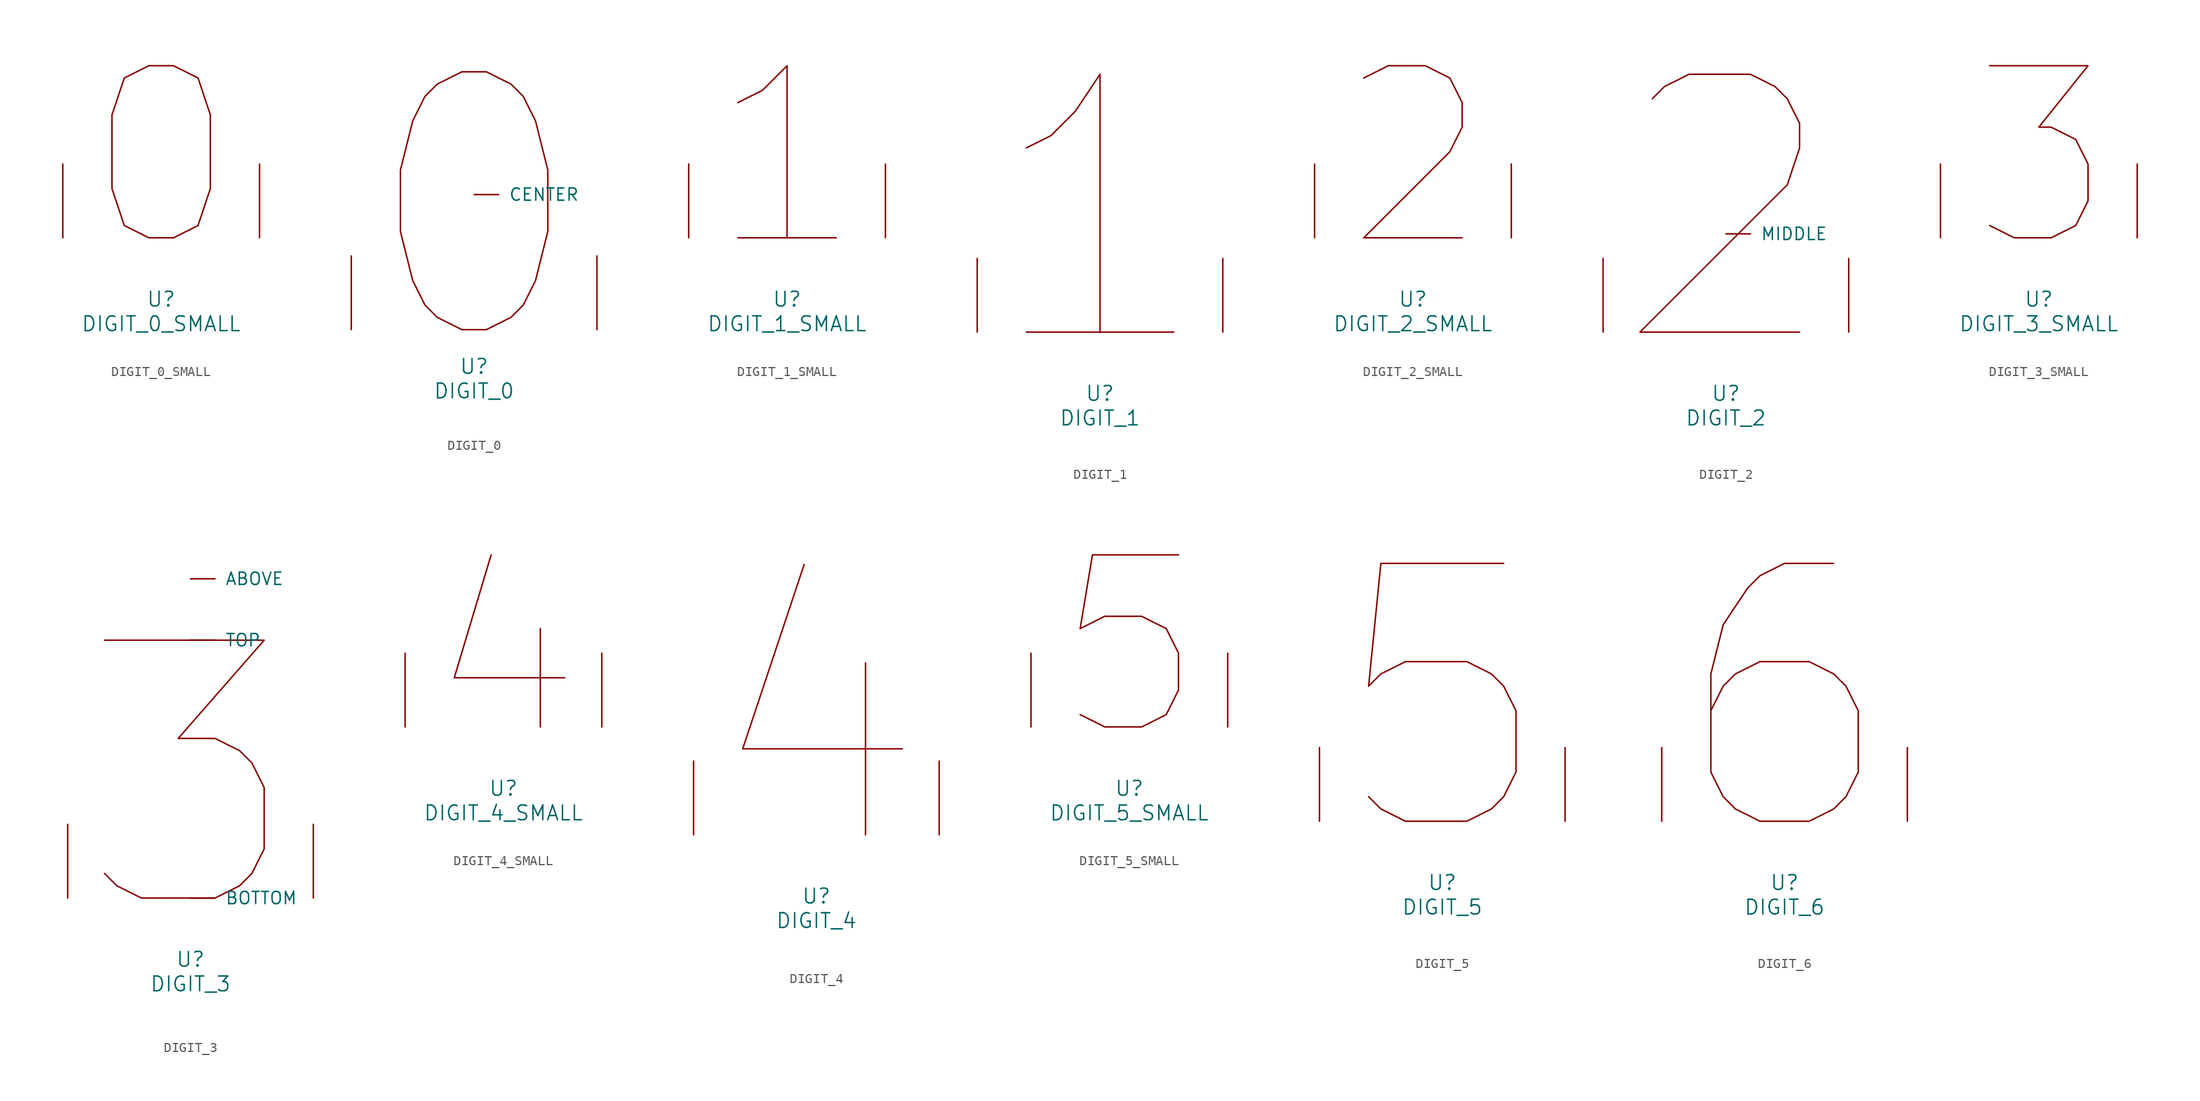
<source format=kicad_sym>
(kicad_symbol_lib
  (version 20220914)
  (generator font_lib2sym)
  (symbol "DIGIT_0_SMALL"
    (pin_names
      (offset 1.016))
    (property "Reference" "U"
      (at 0 -6.35 0)
      (effects (font (size 1.524 1.524))))
    (property "Value" "DIGIT_0_SMALL"
      (at 0 -8.89 0)
      (effects (font (size 1.524 1.524))))
    (symbol "DIGIT_0_SMALL_0_1"
      (polyline (pts (xy -1.27 17.78) (xy 1.27 17.78) (xy 3.81 16.51) (xy 5.08 12.7) (xy 5.08 5.08) (xy 3.81 1.27) (xy 1.27 0) (xy -1.27 0) (xy -3.81 1.27) (xy -5.08 5.08) (xy -5.08 12.7) (xy -3.81 16.51) (xy -1.27 17.78)) (stroke (width 0) (type solid)) (fill (type none)))
      (pin input line (at -10.16 0 90) (length 7.62) (name "~" (effects (font (size 1.27 1.27)))) (number "~" (effects (font (size 1.27 1.27)))))
      (pin input line (at 10.16 0 90) (length 7.62) (name "~" (effects (font (size 1.27 1.27)))) (number "~" (effects (font (size 1.27 1.27)))))))
  (symbol "DIGIT_0"
    (pin_names
      (offset 1.016))
    (property "Reference" "U"
      (at 0 -3.81 0)
      (effects (font (size 1.524 1.524))))
    (property "Value" "DIGIT_0"
      (at 0 -6.35 0)
      (effects (font (size 1.524 1.524))))
    (symbol "DIGIT_0_0_1"
      (polyline (pts (xy -1.27 26.67) (xy 1.27 26.67) (xy 3.81 25.4) (xy 5.08 24.13) (xy 6.35 21.59) (xy 7.62 16.51) (xy 7.62 10.16) (xy 6.35 5.08) (xy 5.08 2.54) (xy 3.81 1.27) (xy 1.27 0) (xy -1.27 0) (xy -3.81 1.27) (xy -5.08 2.54) (xy -6.35 5.08) (xy -7.62 10.16) (xy -7.62 16.51) (xy -6.35 21.59) (xy -5.08 24.13) (xy -3.81 25.4) (xy -1.27 26.67)) (stroke (width 0) (type solid)) (fill (type none)))
      (pin input line (at 0 13.97 0) (length 2.54) (name "CENTER" (effects (font (size 1.27 1.27)))) (number "~" (effects (font (size 1.27 1.27)))))
      (pin input line (at -12.7 0 90) (length 7.62) (name "~" (effects (font (size 1.27 1.27)))) (number "~" (effects (font (size 1.27 1.27)))))
      (pin input line (at 12.7 0 90) (length 7.62) (name "~" (effects (font (size 1.27 1.27)))) (number "~" (effects (font (size 1.27 1.27)))))))
  (symbol "DIGIT_1_SMALL"
    (pin_names
      (offset 1.016))
    (property "Reference" "U"
      (at 0 -6.35 0)
      (effects (font (size 1.524 1.524))))
    (property "Value" "DIGIT_1_SMALL"
      (at 0 -8.89 0)
      (effects (font (size 1.524 1.524))))
    (symbol "DIGIT_1_SMALL_0_1"
      (polyline (pts (xy 5.08 0) (xy -5.08 0)) (stroke (width 0) (type solid)) (fill (type none)))
      (polyline (pts (xy -5.08 13.97) (xy -2.54 15.24) (xy 0 17.78) (xy 0 0)) (stroke (width 0) (type solid)) (fill (type none)))
      (pin input line (at -10.16 0 90) (length 7.62) (name "~" (effects (font (size 1.27 1.27)))) (number "~" (effects (font (size 1.27 1.27)))))
      (pin input line (at 10.16 0 90) (length 7.62) (name "~" (effects (font (size 1.27 1.27)))) (number "~" (effects (font (size 1.27 1.27)))))))
  (symbol "DIGIT_1"
    (pin_names
      (offset 1.016))
    (property "Reference" "U"
      (at 0 -6.35 0)
      (effects (font (size 1.524 1.524))))
    (property "Value" "DIGIT_1"
      (at 0 -8.89 0)
      (effects (font (size 1.524 1.524))))
    (symbol "DIGIT_1_0_1"
      (polyline (pts (xy 7.62 0) (xy -7.62 0)) (stroke (width 0) (type solid)) (fill (type none)))
      (polyline (pts (xy 0 0) (xy 0 26.67) (xy -2.54 22.86) (xy -5.08 20.32) (xy -7.62 19.05)) (stroke (width 0) (type solid)) (fill (type none)))
      (pin input line (at -12.7 0 90) (length 7.62) (name "~" (effects (font (size 1.27 1.27)))) (number "~" (effects (font (size 1.27 1.27)))))
      (pin input line (at 12.7 0 90) (length 7.62) (name "~" (effects (font (size 1.27 1.27)))) (number "~" (effects (font (size 1.27 1.27)))))))
  (symbol "DIGIT_2_SMALL"
    (pin_names
      (offset 1.016))
    (property "Reference" "U"
      (at 0 -6.35 0)
      (effects (font (size 1.524 1.524))))
    (property "Value" "DIGIT_2_SMALL"
      (at 0 -8.89 0)
      (effects (font (size 1.524 1.524))))
    (symbol "DIGIT_2_SMALL_0_1"
      (polyline (pts (xy -5.08 16.51) (xy -2.54 17.78) (xy 1.27 17.78) (xy 3.81 16.51) (xy 5.08 13.97) (xy 5.08 11.43) (xy 3.81 8.89) (xy -5.08 0) (xy 5.08 0)) (stroke (width 0) (type solid)) (fill (type none)))
      (pin input line (at -10.16 0 90) (length 7.62) (name "~" (effects (font (size 1.27 1.27)))) (number "~" (effects (font (size 1.27 1.27)))))
      (pin input line (at 10.16 0 90) (length 7.62) (name "~" (effects (font (size 1.27 1.27)))) (number "~" (effects (font (size 1.27 1.27)))))))
  (symbol "DIGIT_2"
    (pin_names
      (offset 1.016))
    (property "Reference" "U"
      (at 0 -6.35 0)
      (effects (font (size 1.524 1.524))))
    (property "Value" "DIGIT_2"
      (at 0 -8.89 0)
      (effects (font (size 1.524 1.524))))
    (symbol "DIGIT_2_0_1"
      (polyline (pts (xy -7.62 24.13) (xy -6.35 25.4) (xy -3.81 26.67) (xy 2.54 26.67) (xy 5.08 25.4) (xy 6.35 24.13) (xy 7.62 21.59) (xy 7.62 19.05) (xy 6.35 15.24) (xy -8.89 0) (xy 7.62 0)) (stroke (width 0) (type solid)) (fill (type none)))
      (pin input line (at 0 10.16 0) (length 2.54) (name "MIDDLE" (effects (font (size 1.27 1.27)))) (number "~" (effects (font (size 1.27 1.27)))))
      (pin input line (at -12.7 0 90) (length 7.62) (name "~" (effects (font (size 1.27 1.27)))) (number "~" (effects (font (size 1.27 1.27)))))
      (pin input line (at 12.7 0 90) (length 7.62) (name "~" (effects (font (size 1.27 1.27)))) (number "~" (effects (font (size 1.27 1.27)))))))
  (symbol "DIGIT_3_SMALL"
    (pin_names
      (offset 1.016))
    (property "Reference" "U"
      (at 0 -6.35 0)
      (effects (font (size 1.524 1.524))))
    (property "Value" "DIGIT_3_SMALL"
      (at 0 -8.89 0)
      (effects (font (size 1.524 1.524))))
    (symbol "DIGIT_3_SMALL_0_1"
      (polyline (pts (xy -5.08 17.78) (xy 5.08 17.78) (xy 0 11.43) (xy 1.27 11.43) (xy 3.81 10.16) (xy 5.08 7.62) (xy 5.08 3.81) (xy 3.81 1.27) (xy 1.27 0) (xy -2.54 0) (xy -5.08 1.27)) (stroke (width 0) (type solid)) (fill (type none)))
      (pin input line (at -10.16 0 90) (length 7.62) (name "~" (effects (font (size 1.27 1.27)))) (number "~" (effects (font (size 1.27 1.27)))))
      (pin input line (at 10.16 0 90) (length 7.62) (name "~" (effects (font (size 1.27 1.27)))) (number "~" (effects (font (size 1.27 1.27)))))))
  (symbol "DIGIT_3"
    (pin_names
      (offset 1.016))
    (property "Reference" "U"
      (at 0 -6.35 0)
      (effects (font (size 1.524 1.524))))
    (property "Value" "DIGIT_3"
      (at 0 -8.89 0)
      (effects (font (size 1.524 1.524))))
    (symbol "DIGIT_3_0_1"
      (polyline (pts (xy -8.89 26.67) (xy 7.62 26.67) (xy -1.27 16.51) (xy 2.54 16.51) (xy 5.08 15.24) (xy 6.35 13.97) (xy 7.62 11.43) (xy 7.62 5.08) (xy 6.35 2.54) (xy 5.08 1.27) (xy 2.54 0) (xy -5.08 0) (xy -7.62 1.27) (xy -8.89 2.54)) (stroke (width 0) (type solid)) (fill (type none)))
      (pin input line (at 0 33.02 0) (length 2.54) (name "ABOVE" (effects (font (size 1.27 1.27)))) (number "~" (effects (font (size 1.27 1.27)))))
      (pin input line (at 0 0 0) (length 2.54) (name "BOTTOM" (effects (font (size 1.27 1.27)))) (number "~" (effects (font (size 1.27 1.27)))))
      (pin input line (at 0 26.67 0) (length 2.54) (name "TOP" (effects (font (size 1.27 1.27)))) (number "~" (effects (font (size 1.27 1.27)))))
      (pin input line (at -12.7 0 90) (length 7.62) (name "~" (effects (font (size 1.27 1.27)))) (number "~" (effects (font (size 1.27 1.27)))))
      (pin input line (at 12.7 0 90) (length 7.62) (name "~" (effects (font (size 1.27 1.27)))) (number "~" (effects (font (size 1.27 1.27)))))))
  (symbol "DIGIT_4_SMALL"
    (pin_names
      (offset 1.016))
    (property "Reference" "U"
      (at 0 -6.35 0)
      (effects (font (size 1.524 1.524))))
    (property "Value" "DIGIT_4_SMALL"
      (at 0 -8.89 0)
      (effects (font (size 1.524 1.524))))
    (symbol "DIGIT_4_SMALL_0_1"
      (polyline (pts (xy 3.81 10.16) (xy 3.81 0)) (stroke (width 0) (type solid)) (fill (type none)))
      (polyline (pts (xy -1.27 17.78) (xy -5.08 5.08) (xy 6.35 5.08)) (stroke (width 0) (type solid)) (fill (type none)))
      (pin input line (at -10.16 0 90) (length 7.62) (name "~" (effects (font (size 1.27 1.27)))) (number "~" (effects (font (size 1.27 1.27)))))
      (pin input line (at 10.16 0 90) (length 7.62) (name "~" (effects (font (size 1.27 1.27)))) (number "~" (effects (font (size 1.27 1.27)))))))
  (symbol "DIGIT_4"
    (pin_names
      (offset 1.016))
    (property "Reference" "U"
      (at 0 -6.35 0)
      (effects (font (size 1.524 1.524))))
    (property "Value" "DIGIT_4"
      (at 0 -8.89 0)
      (effects (font (size 1.524 1.524))))
    (symbol "DIGIT_4_0_1"
      (polyline (pts (xy 5.08 17.78) (xy 5.08 0)) (stroke (width 0) (type solid)) (fill (type none)))
      (polyline (pts (xy -1.27 27.94) (xy -7.62 8.89) (xy 8.89 8.89)) (stroke (width 0) (type solid)) (fill (type none)))
      (pin input line (at -12.7 0 90) (length 7.62) (name "~" (effects (font (size 1.27 1.27)))) (number "~" (effects (font (size 1.27 1.27)))))
      (pin input line (at 12.7 0 90) (length 7.62) (name "~" (effects (font (size 1.27 1.27)))) (number "~" (effects (font (size 1.27 1.27)))))))
  (symbol "DIGIT_5_SMALL"
    (pin_names
      (offset 1.016))
    (property "Reference" "U"
      (at 0 -6.35 0)
      (effects (font (size 1.524 1.524))))
    (property "Value" "DIGIT_5_SMALL"
      (at 0 -8.89 0)
      (effects (font (size 1.524 1.524))))
    (symbol "DIGIT_5_SMALL_0_1"
      (polyline (pts (xy 5.08 17.78) (xy -3.81 17.78) (xy -5.08 10.16) (xy -2.54 11.43) (xy 1.27 11.43) (xy 3.81 10.16) (xy 5.08 7.62) (xy 5.08 3.81) (xy 3.81 1.27) (xy 1.27 0) (xy -2.54 0) (xy -5.08 1.27)) (stroke (width 0) (type solid)) (fill (type none)))
      (pin input line (at -10.16 0 90) (length 7.62) (name "~" (effects (font (size 1.27 1.27)))) (number "~" (effects (font (size 1.27 1.27)))))
      (pin input line (at 10.16 0 90) (length 7.62) (name "~" (effects (font (size 1.27 1.27)))) (number "~" (effects (font (size 1.27 1.27)))))))
  (symbol "DIGIT_5"
    (pin_names
      (offset 1.016))
    (property "Reference" "U"
      (at 0 -6.35 0)
      (effects (font (size 1.524 1.524))))
    (property "Value" "DIGIT_5"
      (at 0 -8.89 0)
      (effects (font (size 1.524 1.524))))
    (symbol "DIGIT_5_0_1"
      (polyline (pts (xy 6.35 26.67) (xy -6.35 26.67) (xy -7.62 13.97) (xy -6.35 15.24) (xy -3.81 16.51) (xy 2.54 16.51) (xy 5.08 15.24) (xy 6.35 13.97) (xy 7.62 11.43) (xy 7.62 5.08) (xy 6.35 2.54) (xy 5.08 1.27) (xy 2.54 0) (xy -3.81 0) (xy -6.35 1.27) (xy -7.62 2.54)) (stroke (width 0) (type solid)) (fill (type none)))
      (pin input line (at -12.7 0 90) (length 7.62) (name "~" (effects (font (size 1.27 1.27)))) (number "~" (effects (font (size 1.27 1.27)))))
      (pin input line (at 12.7 0 90) (length 7.62) (name "~" (effects (font (size 1.27 1.27)))) (number "~" (effects (font (size 1.27 1.27)))))))
  (symbol "DIGIT_6"
    (pin_names
      (offset 1.016))
    (property "Reference" "U"
      (at 0 -6.35 0)
      (effects (font (size 1.524 1.524))))
    (property "Value" "DIGIT_6"
      (at 0 -8.89 0)
      (effects (font (size 1.524 1.524))))
    (symbol "DIGIT_6_0_1"
      (polyline (pts (xy 5.08 26.67) (xy 0 26.67) (xy -2.54 25.4) (xy -3.81 24.13) (xy -6.35 20.32) (xy -7.62 15.24) (xy -7.62 5.08) (xy -6.35 2.54) (xy -5.08 1.27) (xy -2.54 0) (xy 2.54 0) (xy 5.08 1.27) (xy 6.35 2.54) (xy 7.62 5.08) (xy 7.62 11.43) (xy 6.35 13.97) (xy 5.08 15.24) (xy 2.54 16.51) (xy -2.54 16.51) (xy -5.08 15.24) (xy -6.35 13.97) (xy -7.62 11.43)) (stroke (width 0) (type solid)) (fill (type none)))
      (pin input line (at -12.7 0 90) (length 7.62) (name "~" (effects (font (size 1.27 1.27)))) (number "~" (effects (font (size 1.27 1.27)))))
      (pin input line (at 12.7 0 90) (length 7.62) (name "~" (effects (font (size 1.27 1.27)))) (number "~" (effects (font (size 1.27 1.27))))))))
</source>
